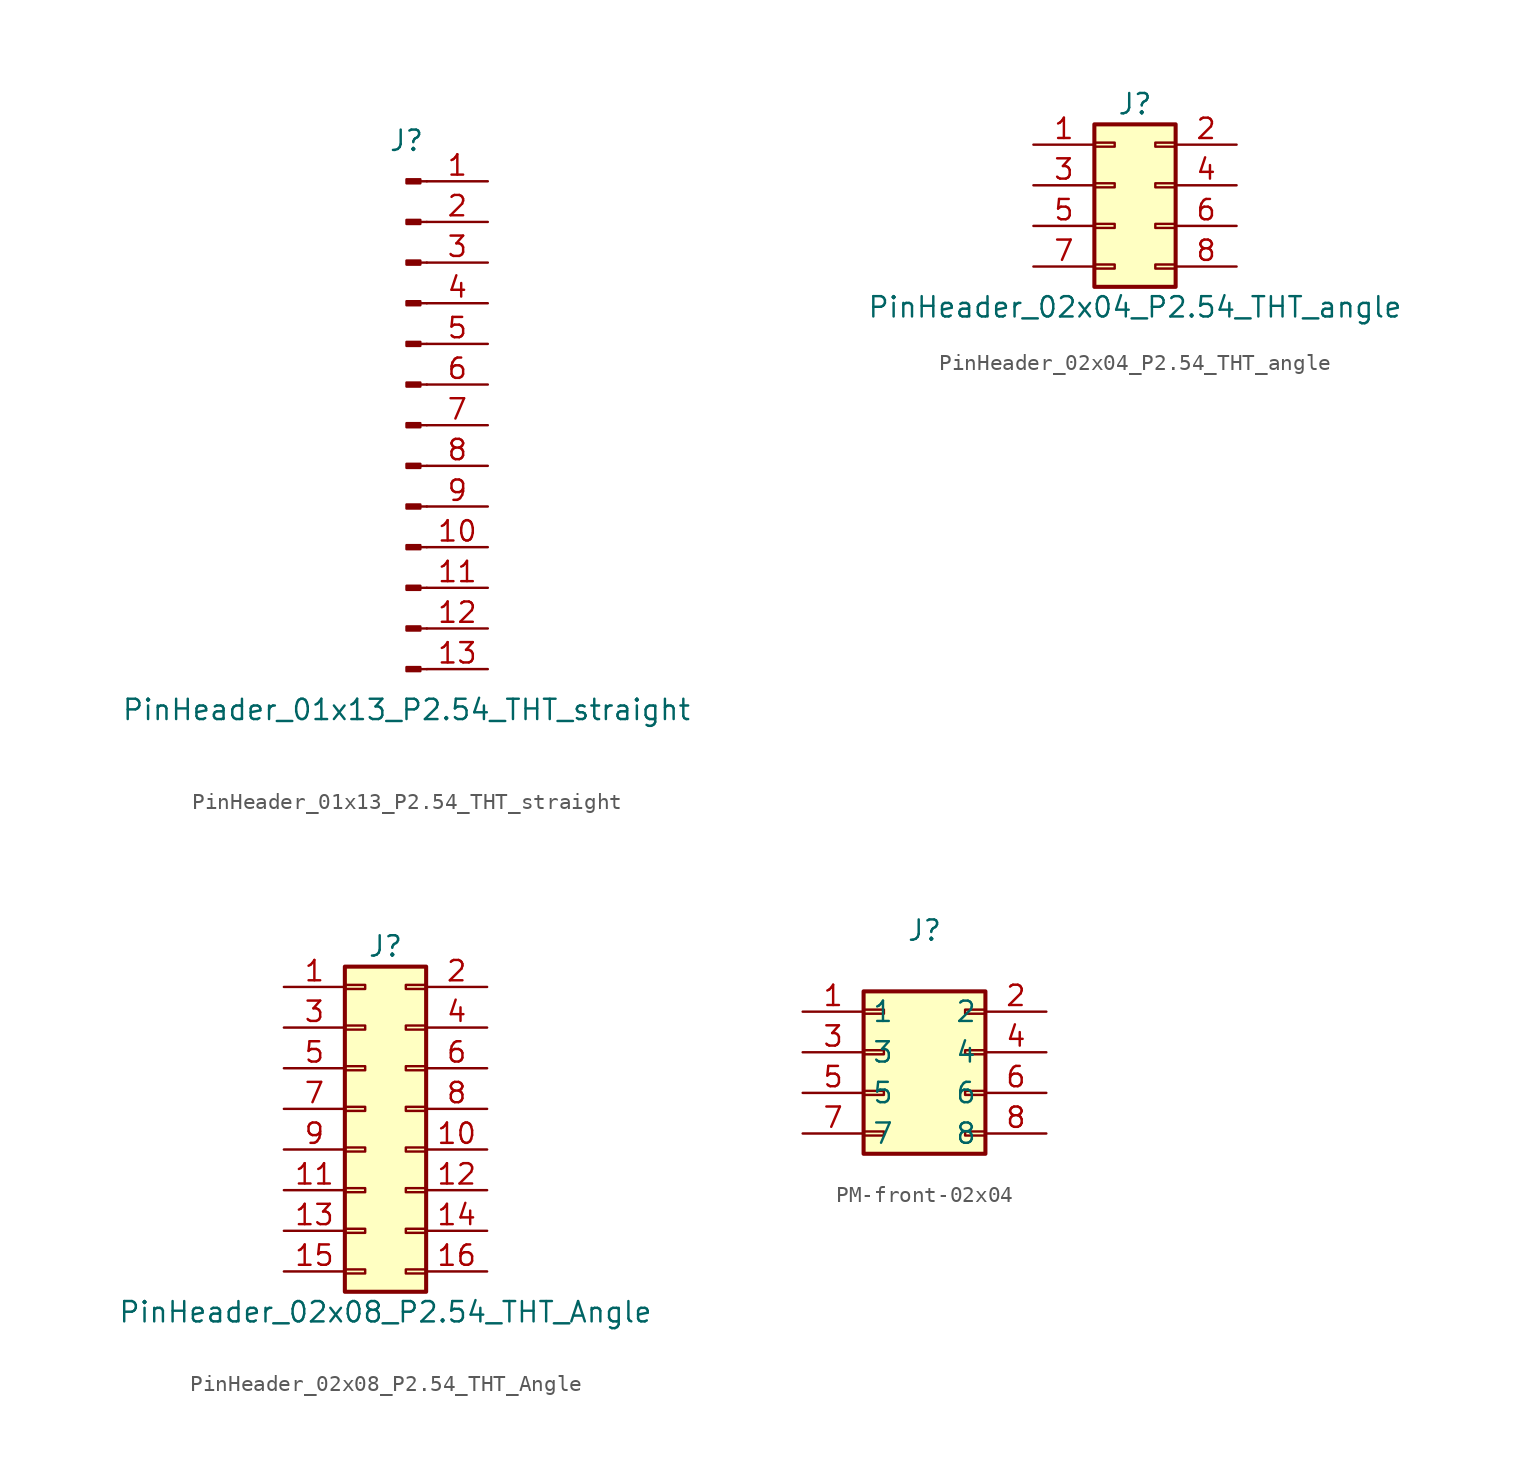
<source format=kicad_sym>
(kicad_symbol_lib
  (version 20231120)
  (generator "kicad_symbol_editor")
  (generator_version "8.0")
  (symbol "PinHeader_01x13_P2.54_THT_straight"
    (pin_names
      (offset 1.016) hide)
    (property "Reference" "J"
      (at 0 17.78 0)
      (effects (font (size 1.27 1.27))))
    (property "Value" "PinHeader_01x13_P2.54_THT_straight"
      (at 0 -17.78 0)
      (effects (font (size 1.27 1.27))))
    (symbol "PinHeader_01x13_P2.54_THT_straight_1_1"
      (polyline (pts (xy 1.27 -15.24) (xy 0.864 -15.24)) (stroke (width 0.152) (type default)) (fill (type none)))
      (polyline (pts (xy 1.27 -12.7) (xy 0.864 -12.7)) (stroke (width 0.152) (type default)) (fill (type none)))
      (polyline (pts (xy 1.27 -10.16) (xy 0.864 -10.16)) (stroke (width 0.152) (type default)) (fill (type none)))
      (polyline (pts (xy 1.27 -7.62) (xy 0.864 -7.62)) (stroke (width 0.152) (type default)) (fill (type none)))
      (polyline (pts (xy 1.27 -5.08) (xy 0.864 -5.08)) (stroke (width 0.152) (type default)) (fill (type none)))
      (polyline (pts (xy 1.27 -2.54) (xy 0.864 -2.54)) (stroke (width 0.152) (type default)) (fill (type none)))
      (polyline (pts (xy 1.27 0) (xy 0.864 0)) (stroke (width 0.152) (type default)) (fill (type none)))
      (polyline (pts (xy 1.27 2.54) (xy 0.864 2.54)) (stroke (width 0.152) (type default)) (fill (type none)))
      (polyline (pts (xy 1.27 5.08) (xy 0.864 5.08)) (stroke (width 0.152) (type default)) (fill (type none)))
      (polyline (pts (xy 1.27 7.62) (xy 0.864 7.62)) (stroke (width 0.152) (type default)) (fill (type none)))
      (polyline (pts (xy 1.27 10.16) (xy 0.864 10.16)) (stroke (width 0.152) (type default)) (fill (type none)))
      (polyline (pts (xy 1.27 12.7) (xy 0.864 12.7)) (stroke (width 0.152) (type default)) (fill (type none)))
      (polyline (pts (xy 1.27 15.24) (xy 0.864 15.24)) (stroke (width 0.152) (type default)) (fill (type none)))
      (rectangle (start 0.864 -15.113) (end 0 -15.367) (stroke (width 0.152) (type default)) (fill (type outline)))
      (rectangle (start 0.864 -12.573) (end 0 -12.827) (stroke (width 0.152) (type default)) (fill (type outline)))
      (rectangle (start 0.864 -10.033) (end 0 -10.287) (stroke (width 0.152) (type default)) (fill (type outline)))
      (rectangle (start 0.864 -7.493) (end 0 -7.747) (stroke (width 0.152) (type default)) (fill (type outline)))
      (rectangle (start 0.864 -4.953) (end 0 -5.207) (stroke (width 0.152) (type default)) (fill (type outline)))
      (rectangle (start 0.864 -2.413) (end 0 -2.667) (stroke (width 0.152) (type default)) (fill (type outline)))
      (rectangle (start 0.864 0.127) (end 0 -0.127) (stroke (width 0.152) (type default)) (fill (type outline)))
      (rectangle (start 0.864 2.667) (end 0 2.413) (stroke (width 0.152) (type default)) (fill (type outline)))
      (rectangle (start 0.864 5.207) (end 0 4.953) (stroke (width 0.152) (type default)) (fill (type outline)))
      (rectangle (start 0.864 7.747) (end 0 7.493) (stroke (width 0.152) (type default)) (fill (type outline)))
      (rectangle (start 0.864 10.287) (end 0 10.033) (stroke (width 0.152) (type default)) (fill (type outline)))
      (rectangle (start 0.864 12.827) (end 0 12.573) (stroke (width 0.152) (type default)) (fill (type outline)))
      (rectangle (start 0.864 15.367) (end 0 15.113) (stroke (width 0.152) (type default)) (fill (type outline)))
      (pin passive line (at 5.08 15.24 180) (length 3.81) (name "Pin_1" (effects (font (size 1.27 1.27)))) (number "1" (effects (font (size 1.27 1.27)))))
      (pin passive line (at 5.08 -7.62 180) (length 3.81) (name "Pin_10" (effects (font (size 1.27 1.27)))) (number "10" (effects (font (size 1.27 1.27)))))
      (pin passive line (at 5.08 -10.16 180) (length 3.81) (name "Pin_11" (effects (font (size 1.27 1.27)))) (number "11" (effects (font (size 1.27 1.27)))))
      (pin passive line (at 5.08 -12.7 180) (length 3.81) (name "Pin_12" (effects (font (size 1.27 1.27)))) (number "12" (effects (font (size 1.27 1.27)))))
      (pin passive line (at 5.08 -15.24 180) (length 3.81) (name "Pin_13" (effects (font (size 1.27 1.27)))) (number "13" (effects (font (size 1.27 1.27)))))
      (pin passive line (at 5.08 12.7 180) (length 3.81) (name "Pin_2" (effects (font (size 1.27 1.27)))) (number "2" (effects (font (size 1.27 1.27)))))
      (pin passive line (at 5.08 10.16 180) (length 3.81) (name "Pin_3" (effects (font (size 1.27 1.27)))) (number "3" (effects (font (size 1.27 1.27)))))
      (pin passive line (at 5.08 7.62 180) (length 3.81) (name "Pin_4" (effects (font (size 1.27 1.27)))) (number "4" (effects (font (size 1.27 1.27)))))
      (pin passive line (at 5.08 5.08 180) (length 3.81) (name "Pin_5" (effects (font (size 1.27 1.27)))) (number "5" (effects (font (size 1.27 1.27)))))
      (pin passive line (at 5.08 2.54 180) (length 3.81) (name "Pin_6" (effects (font (size 1.27 1.27)))) (number "6" (effects (font (size 1.27 1.27)))))
      (pin passive line (at 5.08 0 180) (length 3.81) (name "Pin_7" (effects (font (size 1.27 1.27)))) (number "7" (effects (font (size 1.27 1.27)))))
      (pin passive line (at 5.08 -2.54 180) (length 3.81) (name "Pin_8" (effects (font (size 1.27 1.27)))) (number "8" (effects (font (size 1.27 1.27)))))
      (pin passive line (at 5.08 -5.08 180) (length 3.81) (name "Pin_9" (effects (font (size 1.27 1.27)))) (number "9" (effects (font (size 1.27 1.27)))))))
  (symbol "PinHeader_02x04_P2.54_THT_angle"
    (pin_names
      (offset 1.016) hide)
    (property "Reference" "J"
      (at 1.27 5.08 0)
      (effects (font (size 1.27 1.27))))
    (property "Value" "PinHeader_02x04_P2.54_THT_angle"
      (at 1.27 -7.62 0)
      (effects (font (size 1.27 1.27))))
    (symbol "PinHeader_02x04_P2.54_THT_angle_1_1"
      (rectangle (start -1.27 -4.953) (end 0 -5.207) (stroke (width 0.152) (type default)) (fill (type none)))
      (rectangle (start -1.27 -2.413) (end 0 -2.667) (stroke (width 0.152) (type default)) (fill (type none)))
      (rectangle (start -1.27 0.127) (end 0 -0.127) (stroke (width 0.152) (type default)) (fill (type none)))
      (rectangle (start -1.27 2.667) (end 0 2.413) (stroke (width 0.152) (type default)) (fill (type none)))
      (rectangle (start -1.27 3.81) (end 3.81 -6.35) (stroke (width 0.254) (type default)) (fill (type background)))
      (rectangle (start 3.81 -4.953) (end 2.54 -5.207) (stroke (width 0.152) (type default)) (fill (type none)))
      (rectangle (start 3.81 -2.413) (end 2.54 -2.667) (stroke (width 0.152) (type default)) (fill (type none)))
      (rectangle (start 3.81 0.127) (end 2.54 -0.127) (stroke (width 0.152) (type default)) (fill (type none)))
      (rectangle (start 3.81 2.667) (end 2.54 2.413) (stroke (width 0.152) (type default)) (fill (type none)))
      (pin passive line (at -5.08 2.54 0) (length 3.81) (name "Pin_1" (effects (font (size 1.27 1.27)))) (number "1" (effects (font (size 1.27 1.27)))))
      (pin passive line (at 7.62 2.54 180) (length 3.81) (name "Pin_2" (effects (font (size 1.27 1.27)))) (number "2" (effects (font (size 1.27 1.27)))))
      (pin passive line (at -5.08 0 0) (length 3.81) (name "Pin_3" (effects (font (size 1.27 1.27)))) (number "3" (effects (font (size 1.27 1.27)))))
      (pin passive line (at 7.62 0 180) (length 3.81) (name "Pin_4" (effects (font (size 1.27 1.27)))) (number "4" (effects (font (size 1.27 1.27)))))
      (pin passive line (at -5.08 -2.54 0) (length 3.81) (name "Pin_5" (effects (font (size 1.27 1.27)))) (number "5" (effects (font (size 1.27 1.27)))))
      (pin passive line (at 7.62 -2.54 180) (length 3.81) (name "Pin_6" (effects (font (size 1.27 1.27)))) (number "6" (effects (font (size 1.27 1.27)))))
      (pin passive line (at -5.08 -5.08 0) (length 3.81) (name "Pin_7" (effects (font (size 1.27 1.27)))) (number "7" (effects (font (size 1.27 1.27)))))
      (pin passive line (at 7.62 -5.08 180) (length 3.81) (name "Pin_8" (effects (font (size 1.27 1.27)))) (number "8" (effects (font (size 1.27 1.27)))))))
  (symbol "PinHeader_02x08_P2.54_THT_Angle"
    (pin_names
      (offset 1.016) hide)
    (property "Reference" "J"
      (at 1.27 10.16 0)
      (effects (font (size 1.27 1.27))))
    (property "Value" "PinHeader_02x08_P2.54_THT_Angle"
      (at 1.27 -12.7 0)
      (effects (font (size 1.27 1.27))))
    (symbol "PinHeader_02x08_P2.54_THT_Angle_1_1"
      (rectangle (start -1.27 -10.033) (end 0 -10.287) (stroke (width 0.152) (type default)) (fill (type none)))
      (rectangle (start -1.27 -7.493) (end 0 -7.747) (stroke (width 0.152) (type default)) (fill (type none)))
      (rectangle (start -1.27 -4.953) (end 0 -5.207) (stroke (width 0.152) (type default)) (fill (type none)))
      (rectangle (start -1.27 -2.413) (end 0 -2.667) (stroke (width 0.152) (type default)) (fill (type none)))
      (rectangle (start -1.27 0.127) (end 0 -0.127) (stroke (width 0.152) (type default)) (fill (type none)))
      (rectangle (start -1.27 2.667) (end 0 2.413) (stroke (width 0.152) (type default)) (fill (type none)))
      (rectangle (start -1.27 5.207) (end 0 4.953) (stroke (width 0.152) (type default)) (fill (type none)))
      (rectangle (start -1.27 7.747) (end 0 7.493) (stroke (width 0.152) (type default)) (fill (type none)))
      (rectangle (start -1.27 8.89) (end 3.81 -11.43) (stroke (width 0.254) (type default)) (fill (type background)))
      (rectangle (start 3.81 -10.033) (end 2.54 -10.287) (stroke (width 0.152) (type default)) (fill (type none)))
      (rectangle (start 3.81 -7.493) (end 2.54 -7.747) (stroke (width 0.152) (type default)) (fill (type none)))
      (rectangle (start 3.81 -4.953) (end 2.54 -5.207) (stroke (width 0.152) (type default)) (fill (type none)))
      (rectangle (start 3.81 -2.413) (end 2.54 -2.667) (stroke (width 0.152) (type default)) (fill (type none)))
      (rectangle (start 3.81 0.127) (end 2.54 -0.127) (stroke (width 0.152) (type default)) (fill (type none)))
      (rectangle (start 3.81 2.667) (end 2.54 2.413) (stroke (width 0.152) (type default)) (fill (type none)))
      (rectangle (start 3.81 5.207) (end 2.54 4.953) (stroke (width 0.152) (type default)) (fill (type none)))
      (rectangle (start 3.81 7.747) (end 2.54 7.493) (stroke (width 0.152) (type default)) (fill (type none)))
      (pin passive line (at -5.08 7.62 0) (length 3.81) (name "Pin_1" (effects (font (size 1.27 1.27)))) (number "1" (effects (font (size 1.27 1.27)))))
      (pin passive line (at 7.62 -2.54 180) (length 3.81) (name "Pin_10" (effects (font (size 1.27 1.27)))) (number "10" (effects (font (size 1.27 1.27)))))
      (pin passive line (at -5.08 -5.08 0) (length 3.81) (name "Pin_11" (effects (font (size 1.27 1.27)))) (number "11" (effects (font (size 1.27 1.27)))))
      (pin passive line (at 7.62 -5.08 180) (length 3.81) (name "Pin_12" (effects (font (size 1.27 1.27)))) (number "12" (effects (font (size 1.27 1.27)))))
      (pin passive line (at -5.08 -7.62 0) (length 3.81) (name "Pin_13" (effects (font (size 1.27 1.27)))) (number "13" (effects (font (size 1.27 1.27)))))
      (pin passive line (at 7.62 -7.62 180) (length 3.81) (name "Pin_14" (effects (font (size 1.27 1.27)))) (number "14" (effects (font (size 1.27 1.27)))))
      (pin passive line (at -5.08 -10.16 0) (length 3.81) (name "Pin_15" (effects (font (size 1.27 1.27)))) (number "15" (effects (font (size 1.27 1.27)))))
      (pin passive line (at 7.62 -10.16 180) (length 3.81) (name "Pin_16" (effects (font (size 1.27 1.27)))) (number "16" (effects (font (size 1.27 1.27)))))
      (pin passive line (at 7.62 7.62 180) (length 3.81) (name "Pin_2" (effects (font (size 1.27 1.27)))) (number "2" (effects (font (size 1.27 1.27)))))
      (pin passive line (at -5.08 5.08 0) (length 3.81) (name "Pin_3" (effects (font (size 1.27 1.27)))) (number "3" (effects (font (size 1.27 1.27)))))
      (pin passive line (at 7.62 5.08 180) (length 3.81) (name "Pin_4" (effects (font (size 1.27 1.27)))) (number "4" (effects (font (size 1.27 1.27)))))
      (pin passive line (at -5.08 2.54 0) (length 3.81) (name "Pin_5" (effects (font (size 1.27 1.27)))) (number "5" (effects (font (size 1.27 1.27)))))
      (pin passive line (at 7.62 2.54 180) (length 3.81) (name "Pin_6" (effects (font (size 1.27 1.27)))) (number "6" (effects (font (size 1.27 1.27)))))
      (pin passive line (at -5.08 0 0) (length 3.81) (name "Pin_7" (effects (font (size 1.27 1.27)))) (number "7" (effects (font (size 1.27 1.27)))))
      (pin passive line (at 7.62 0 180) (length 3.81) (name "Pin_8" (effects (font (size 1.27 1.27)))) (number "8" (effects (font (size 1.27 1.27)))))
      (pin passive line (at -5.08 -2.54 0) (length 3.81) (name "Pin_9" (effects (font (size 1.27 1.27)))) (number "9" (effects (font (size 1.27 1.27)))))))
  (symbol "PM-front-02x04"
    (property "Reference" "J"
      (at 0 3.81 0)
      (effects (font (size 1.27 1.27))))
    (property "Value" ""
      (at 0 3.81 0)
      (effects (font (size 1.27 1.27))))
    (symbol "PM-front-02x04_1_1"
      (rectangle (start -3.81 -8.763) (end -2.54 -9.017) (stroke (width 0.152) (type default)) (fill (type none)))
      (rectangle (start -3.81 -6.223) (end -2.54 -6.477) (stroke (width 0.152) (type default)) (fill (type none)))
      (rectangle (start -3.81 -3.683) (end -2.54 -3.937) (stroke (width 0.152) (type default)) (fill (type none)))
      (rectangle (start -3.81 -1.143) (end -2.54 -1.397) (stroke (width 0.152) (type default)) (fill (type none)))
      (rectangle (start -3.81 0) (end 3.81 -10.16) (stroke (width 0.254) (type default)) (fill (type background)))
      (rectangle (start 3.81 -8.763) (end 2.54 -9.017) (stroke (width 0.152) (type default)) (fill (type none)))
      (rectangle (start 3.81 -6.223) (end 2.54 -6.477) (stroke (width 0.152) (type default)) (fill (type none)))
      (rectangle (start 3.81 -3.683) (end 2.54 -3.937) (stroke (width 0.152) (type default)) (fill (type none)))
      (rectangle (start 3.81 -1.143) (end 2.54 -1.397) (stroke (width 0.152) (type default)) (fill (type none)))
      (pin passive line (at -7.62 -1.27 0) (length 3.81) (name "1" (effects (font (size 1.27 1.27)))) (number "1" (effects (font (size 1.27 1.27)))))
      (pin passive line (at 7.62 -1.27 180) (length 3.81) (name "2" (effects (font (size 1.27 1.27)))) (number "2" (effects (font (size 1.27 1.27)))))
      (pin passive line (at -7.62 -3.81 0) (length 3.81) (name "3" (effects (font (size 1.27 1.27)))) (number "3" (effects (font (size 1.27 1.27)))))
      (pin passive line (at 7.62 -3.81 180) (length 3.81) (name "4" (effects (font (size 1.27 1.27)))) (number "4" (effects (font (size 1.27 1.27)))))
      (pin passive line (at -7.62 -6.35 0) (length 3.81) (name "5" (effects (font (size 1.27 1.27)))) (number "5" (effects (font (size 1.27 1.27)))))
      (pin passive line (at 7.62 -6.35 180) (length 3.81) (name "6" (effects (font (size 1.27 1.27)))) (number "6" (effects (font (size 1.27 1.27)))))
      (pin passive line (at -7.62 -8.89 0) (length 3.81) (name "7" (effects (font (size 1.27 1.27)))) (number "7" (effects (font (size 1.27 1.27)))))
      (pin passive line (at 7.62 -8.89 180) (length 3.81) (name "8" (effects (font (size 1.27 1.27)))) (number "8" (effects (font (size 1.27 1.27))))))))
</source>
